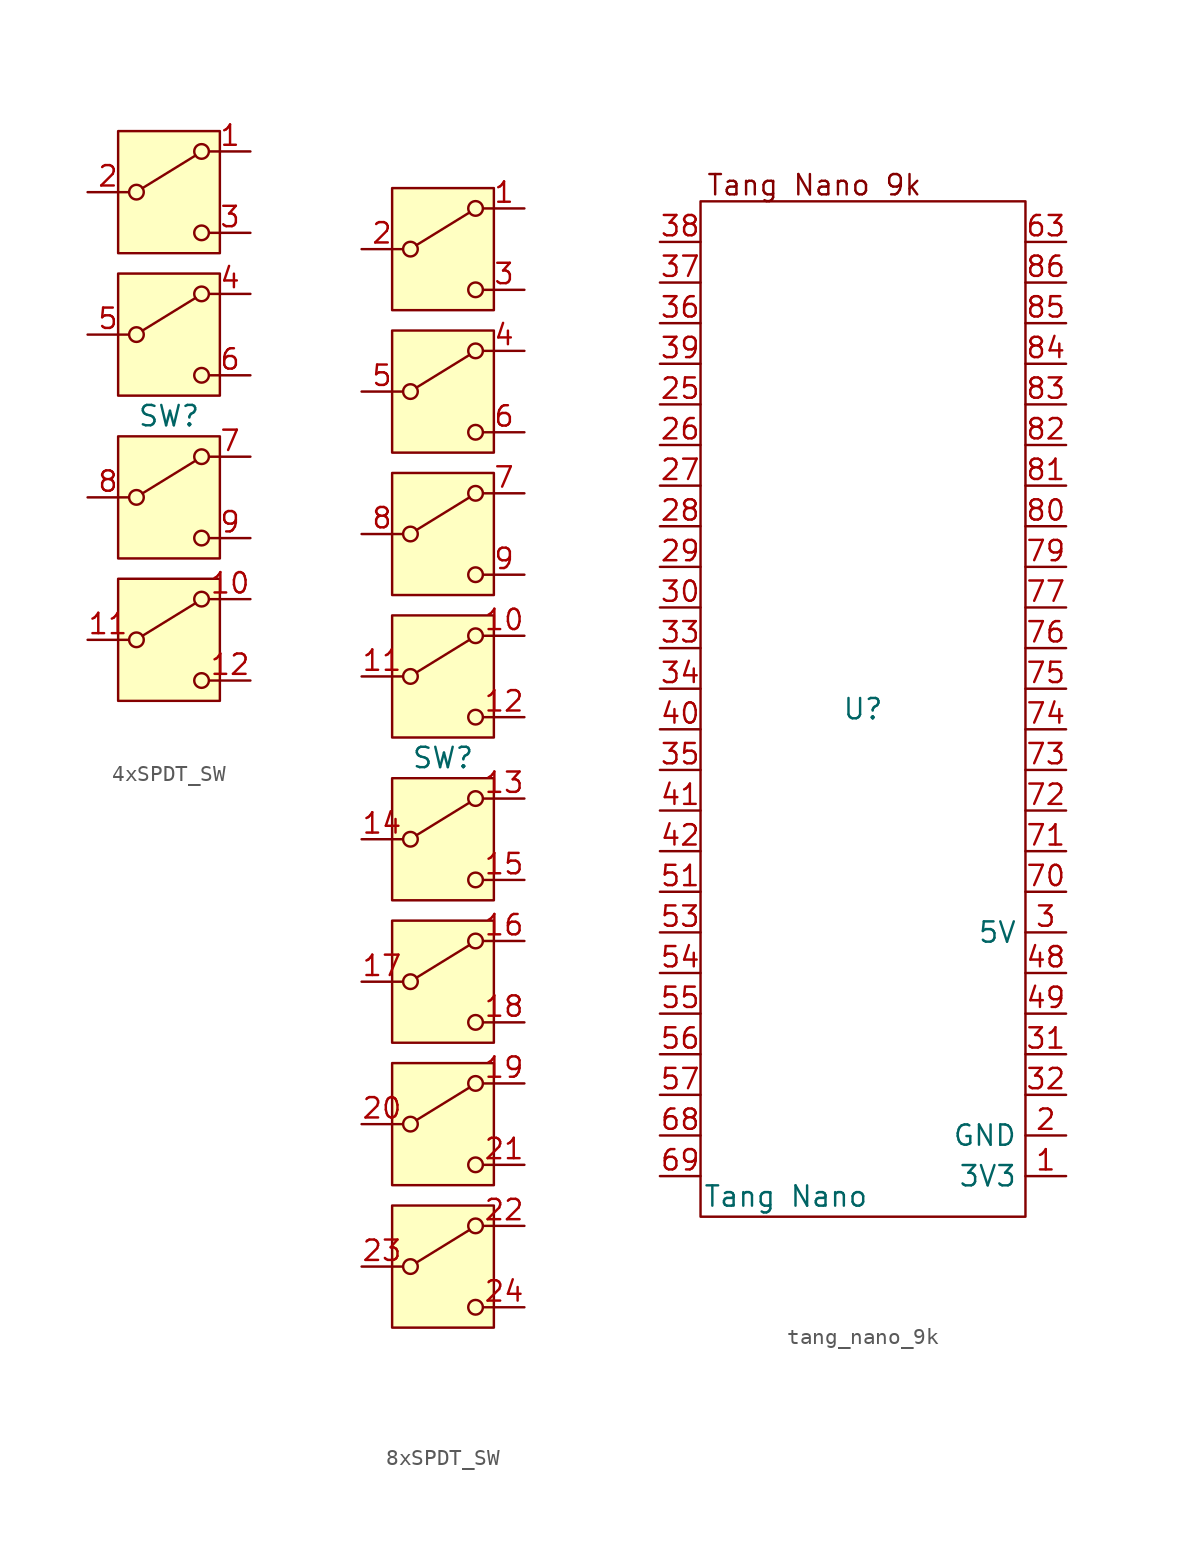
<source format=kicad_sym>
(kicad_symbol_lib
  (version 20231120)
  (generator "kicad_symbol_editor")
  (generator_version "8.0")
  (symbol "4xSPDT_SW"
    (property "Reference" "SW"
      (at 0 0 0)
      (effects (font (size 1.27 1.27))))
    (property "Value" ""
      (at 0 0 0)
      (effects (font (size 1.27 1.27))))
    (symbol "4xSPDT_SW_0_1"
      (circle (center -2.032 -13.97) (radius 0.457) (stroke (width 0) (type default)) (fill (type none)))
      (circle (center -2.032 -5.08) (radius 0.457) (stroke (width 0) (type default)) (fill (type none)))
      (circle (center -2.032 5.08) (radius 0.457) (stroke (width 0) (type default)) (fill (type none)))
      (circle (center -2.032 13.97) (radius 0.457) (stroke (width 0) (type default)) (fill (type none)))
      (polyline (pts (xy -1.651 -13.716) (xy 1.651 -11.684)) (stroke (width 0) (type default)) (fill (type none)))
      (polyline (pts (xy -1.651 -4.826) (xy 1.651 -2.794)) (stroke (width 0) (type default)) (fill (type none)))
      (polyline (pts (xy -1.651 5.334) (xy 1.651 7.366)) (stroke (width 0) (type default)) (fill (type none)))
      (polyline (pts (xy -1.651 14.224) (xy 1.651 16.256)) (stroke (width 0) (type default)) (fill (type none)))
      (circle (center 2.032 -16.51) (radius 0.457) (stroke (width 0) (type default)) (fill (type none)))
      (circle (center 2.032 -11.43) (radius 0.457) (stroke (width 0) (type default)) (fill (type none)))
      (circle (center 2.032 -7.62) (radius 0.457) (stroke (width 0) (type default)) (fill (type none)))
      (circle (center 2.032 -2.54) (radius 0.457) (stroke (width 0) (type default)) (fill (type none)))
      (circle (center 2.032 2.54) (radius 0.457) (stroke (width 0) (type default)) (fill (type none)))
      (circle (center 2.032 7.62) (radius 0.457) (stroke (width 0) (type default)) (fill (type none)))
      (circle (center 2.032 11.43) (radius 0.457) (stroke (width 0) (type default)) (fill (type none)))
      (circle (center 2.032 16.51) (radius 0.457) (stroke (width 0) (type default)) (fill (type none))))
    (symbol "4xSPDT_SW_1_1"
      (rectangle (start -3.175 -10.16) (end 3.175 -17.78) (stroke (width 0) (type default)) (fill (type background)))
      (rectangle (start -3.175 -1.27) (end 3.175 -8.89) (stroke (width 0) (type default)) (fill (type background)))
      (rectangle (start -3.175 8.89) (end 3.175 1.27) (stroke (width 0) (type default)) (fill (type background)))
      (rectangle (start -3.175 17.78) (end 3.175 10.16) (stroke (width 0) (type default)) (fill (type background)))
      (pin passive line (at 5.08 16.51 180) (length 2.54) (name "" (effects (font (size 1.27 1.27)))) (number "1" (effects (font (size 1.27 1.27)))))
      (pin passive line (at 5.08 -11.43 180) (length 2.54) (name "" (effects (font (size 1.27 1.27)))) (number "10" (effects (font (size 1.27 1.27)))))
      (pin passive line (at -5.08 -13.97 0) (length 2.54) (name "" (effects (font (size 1.27 1.27)))) (number "11" (effects (font (size 1.27 1.27)))))
      (pin passive line (at 5.08 -16.51 180) (length 2.54) (name "" (effects (font (size 1.27 1.27)))) (number "12" (effects (font (size 1.27 1.27)))))
      (pin passive line (at -5.08 13.97 0) (length 2.54) (name "" (effects (font (size 1.27 1.27)))) (number "2" (effects (font (size 1.27 1.27)))))
      (pin passive line (at 5.08 11.43 180) (length 2.54) (name "" (effects (font (size 1.27 1.27)))) (number "3" (effects (font (size 1.27 1.27)))))
      (pin passive line (at 5.08 7.62 180) (length 2.54) (name "" (effects (font (size 1.27 1.27)))) (number "4" (effects (font (size 1.27 1.27)))))
      (pin passive line (at -5.08 5.08 0) (length 2.54) (name "" (effects (font (size 1.27 1.27)))) (number "5" (effects (font (size 1.27 1.27)))))
      (pin passive line (at 5.08 2.54 180) (length 2.54) (name "" (effects (font (size 1.27 1.27)))) (number "6" (effects (font (size 1.27 1.27)))))
      (pin passive line (at 5.08 -2.54 180) (length 2.54) (name "" (effects (font (size 1.27 1.27)))) (number "7" (effects (font (size 1.27 1.27)))))
      (pin passive line (at -5.08 -5.08 0) (length 2.54) (name "" (effects (font (size 1.27 1.27)))) (number "8" (effects (font (size 1.27 1.27)))))
      (pin passive line (at 5.08 -7.62 180) (length 2.54) (name "" (effects (font (size 1.27 1.27)))) (number "9" (effects (font (size 1.27 1.27)))))))
  (symbol "8xSPDT_SW"
    (property "Reference" "SW"
      (at 0 0 0)
      (effects (font (size 1.27 1.27))))
    (property "Value" ""
      (at 0 0 0)
      (effects (font (size 1.27 1.27))))
    (symbol "8xSPDT_SW_0_1"
      (circle (center -2.032 -31.75) (radius 0.457) (stroke (width 0) (type default)) (fill (type none)))
      (circle (center -2.032 -22.86) (radius 0.457) (stroke (width 0) (type default)) (fill (type none)))
      (circle (center -2.032 -13.97) (radius 0.457) (stroke (width 0) (type default)) (fill (type none)))
      (circle (center -2.032 -5.08) (radius 0.457) (stroke (width 0) (type default)) (fill (type none)))
      (circle (center -2.032 5.08) (radius 0.457) (stroke (width 0) (type default)) (fill (type none)))
      (circle (center -2.032 13.97) (radius 0.457) (stroke (width 0) (type default)) (fill (type none)))
      (circle (center -2.032 22.86) (radius 0.457) (stroke (width 0) (type default)) (fill (type none)))
      (circle (center -2.032 31.75) (radius 0.457) (stroke (width 0) (type default)) (fill (type none)))
      (polyline (pts (xy -1.651 -31.496) (xy 1.651 -29.464)) (stroke (width 0) (type default)) (fill (type none)))
      (polyline (pts (xy -1.651 -22.606) (xy 1.651 -20.574)) (stroke (width 0) (type default)) (fill (type none)))
      (polyline (pts (xy -1.651 -13.716) (xy 1.651 -11.684)) (stroke (width 0) (type default)) (fill (type none)))
      (polyline (pts (xy -1.651 -4.826) (xy 1.651 -2.794)) (stroke (width 0) (type default)) (fill (type none)))
      (polyline (pts (xy -1.651 5.334) (xy 1.651 7.366)) (stroke (width 0) (type default)) (fill (type none)))
      (polyline (pts (xy -1.651 14.224) (xy 1.651 16.256)) (stroke (width 0) (type default)) (fill (type none)))
      (polyline (pts (xy -1.651 23.114) (xy 1.651 25.146)) (stroke (width 0) (type default)) (fill (type none)))
      (polyline (pts (xy -1.651 32.004) (xy 1.651 34.036)) (stroke (width 0) (type default)) (fill (type none)))
      (circle (center 2.032 -34.29) (radius 0.457) (stroke (width 0) (type default)) (fill (type none)))
      (circle (center 2.032 -29.21) (radius 0.457) (stroke (width 0) (type default)) (fill (type none)))
      (circle (center 2.032 -25.4) (radius 0.457) (stroke (width 0) (type default)) (fill (type none)))
      (circle (center 2.032 -20.32) (radius 0.457) (stroke (width 0) (type default)) (fill (type none)))
      (circle (center 2.032 -16.51) (radius 0.457) (stroke (width 0) (type default)) (fill (type none)))
      (circle (center 2.032 -11.43) (radius 0.457) (stroke (width 0) (type default)) (fill (type none)))
      (circle (center 2.032 -7.62) (radius 0.457) (stroke (width 0) (type default)) (fill (type none)))
      (circle (center 2.032 -2.54) (radius 0.457) (stroke (width 0) (type default)) (fill (type none)))
      (circle (center 2.032 2.54) (radius 0.457) (stroke (width 0) (type default)) (fill (type none)))
      (circle (center 2.032 7.62) (radius 0.457) (stroke (width 0) (type default)) (fill (type none)))
      (circle (center 2.032 11.43) (radius 0.457) (stroke (width 0) (type default)) (fill (type none)))
      (circle (center 2.032 16.51) (radius 0.457) (stroke (width 0) (type default)) (fill (type none)))
      (circle (center 2.032 20.32) (radius 0.457) (stroke (width 0) (type default)) (fill (type none)))
      (circle (center 2.032 25.4) (radius 0.457) (stroke (width 0) (type default)) (fill (type none)))
      (circle (center 2.032 29.21) (radius 0.457) (stroke (width 0) (type default)) (fill (type none)))
      (circle (center 2.032 34.29) (radius 0.457) (stroke (width 0) (type default)) (fill (type none))))
    (symbol "8xSPDT_SW_1_1"
      (rectangle (start -3.175 -27.94) (end 3.175 -35.56) (stroke (width 0) (type default)) (fill (type background)))
      (rectangle (start -3.175 -19.05) (end 3.175 -26.67) (stroke (width 0) (type default)) (fill (type background)))
      (rectangle (start -3.175 -10.16) (end 3.175 -17.78) (stroke (width 0) (type default)) (fill (type background)))
      (rectangle (start -3.175 -1.27) (end 3.175 -8.89) (stroke (width 0) (type default)) (fill (type background)))
      (rectangle (start -3.175 8.89) (end 3.175 1.27) (stroke (width 0) (type default)) (fill (type background)))
      (rectangle (start -3.175 17.78) (end 3.175 10.16) (stroke (width 0) (type default)) (fill (type background)))
      (rectangle (start -3.175 26.67) (end 3.175 19.05) (stroke (width 0) (type default)) (fill (type background)))
      (rectangle (start -3.175 35.56) (end 3.175 27.94) (stroke (width 0) (type default)) (fill (type background)))
      (pin passive line (at 5.08 34.29 180) (length 2.54) (name "" (effects (font (size 1.27 1.27)))) (number "1" (effects (font (size 1.27 1.27)))))
      (pin passive line (at 5.08 7.62 180) (length 2.54) (name "" (effects (font (size 1.27 1.27)))) (number "10" (effects (font (size 1.27 1.27)))))
      (pin passive line (at -5.08 5.08 0) (length 2.54) (name "" (effects (font (size 1.27 1.27)))) (number "11" (effects (font (size 1.27 1.27)))))
      (pin passive line (at 5.08 2.54 180) (length 2.54) (name "" (effects (font (size 1.27 1.27)))) (number "12" (effects (font (size 1.27 1.27)))))
      (pin passive line (at 5.08 -2.54 180) (length 2.54) (name "" (effects (font (size 1.27 1.27)))) (number "13" (effects (font (size 1.27 1.27)))))
      (pin passive line (at -5.08 -5.08 0) (length 2.54) (name "" (effects (font (size 1.27 1.27)))) (number "14" (effects (font (size 1.27 1.27)))))
      (pin passive line (at 5.08 -7.62 180) (length 2.54) (name "" (effects (font (size 1.27 1.27)))) (number "15" (effects (font (size 1.27 1.27)))))
      (pin passive line (at 5.08 -11.43 180) (length 2.54) (name "" (effects (font (size 1.27 1.27)))) (number "16" (effects (font (size 1.27 1.27)))))
      (pin passive line (at -5.08 -13.97 0) (length 2.54) (name "" (effects (font (size 1.27 1.27)))) (number "17" (effects (font (size 1.27 1.27)))))
      (pin passive line (at 5.08 -16.51 180) (length 2.54) (name "" (effects (font (size 1.27 1.27)))) (number "18" (effects (font (size 1.27 1.27)))))
      (pin passive line (at 5.08 -20.32 180) (length 2.54) (name "" (effects (font (size 1.27 1.27)))) (number "19" (effects (font (size 1.27 1.27)))))
      (pin passive line (at -5.08 31.75 0) (length 2.54) (name "" (effects (font (size 1.27 1.27)))) (number "2" (effects (font (size 1.27 1.27)))))
      (pin passive line (at -5.08 -22.86 0) (length 2.54) (name "" (effects (font (size 1.27 1.27)))) (number "20" (effects (font (size 1.27 1.27)))))
      (pin passive line (at 5.08 -25.4 180) (length 2.54) (name "" (effects (font (size 1.27 1.27)))) (number "21" (effects (font (size 1.27 1.27)))))
      (pin passive line (at 5.08 -29.21 180) (length 2.54) (name "" (effects (font (size 1.27 1.27)))) (number "22" (effects (font (size 1.27 1.27)))))
      (pin passive line (at -5.08 -31.75 0) (length 2.54) (name "" (effects (font (size 1.27 1.27)))) (number "23" (effects (font (size 1.27 1.27)))))
      (pin passive line (at 5.08 -34.29 180) (length 2.54) (name "" (effects (font (size 1.27 1.27)))) (number "24" (effects (font (size 1.27 1.27)))))
      (pin passive line (at 5.08 29.21 180) (length 2.54) (name "" (effects (font (size 1.27 1.27)))) (number "3" (effects (font (size 1.27 1.27)))))
      (pin passive line (at 5.08 25.4 180) (length 2.54) (name "" (effects (font (size 1.27 1.27)))) (number "4" (effects (font (size 1.27 1.27)))))
      (pin passive line (at -5.08 22.86 0) (length 2.54) (name "" (effects (font (size 1.27 1.27)))) (number "5" (effects (font (size 1.27 1.27)))))
      (pin passive line (at 5.08 20.32 180) (length 2.54) (name "" (effects (font (size 1.27 1.27)))) (number "6" (effects (font (size 1.27 1.27)))))
      (pin passive line (at 5.08 16.51 180) (length 2.54) (name "" (effects (font (size 1.27 1.27)))) (number "7" (effects (font (size 1.27 1.27)))))
      (pin passive line (at -5.08 13.97 0) (length 2.54) (name "" (effects (font (size 1.27 1.27)))) (number "8" (effects (font (size 1.27 1.27)))))
      (pin passive line (at 5.08 11.43 180) (length 2.54) (name "" (effects (font (size 1.27 1.27)))) (number "9" (effects (font (size 1.27 1.27)))))))
  (symbol "tang_nano_9k"
    (property "Reference" "U"
      (at 0 0 0)
      (effects (font (size 1.27 1.27))))
    (property "Value" "Tang Nano"
      (at -4.826 -30.48 0)
      (effects (font (size 1.27 1.27))))
    (symbol "tang_nano_9k_1_1"
      (rectangle (start -10.16 31.75) (end 10.16 -31.75) (stroke (width 0) (type default)) (fill (type none)))
      (text "Tang Nano 9k" (at -3.048 32.766 0) (effects (font (size 1.27 1.27))))
      (pin power_out line (at 12.7 -29.21 180) (length 2.54) (name "3V3" (effects (font (size 1.27 1.27)))) (number "1" (effects (font (size 1.27 1.27)))))
      (pin power_out line (at 12.7 -26.67 180) (length 2.54) (name "GND" (effects (font (size 1.27 1.27)))) (number "2" (effects (font (size 1.27 1.27)))))
      (pin bidirectional line (at -12.7 19.05 0) (length 2.54) (name "" (effects (font (size 1.27 1.27)))) (number "25" (effects (font (size 1.27 1.27)))))
      (pin bidirectional line (at -12.7 16.51 0) (length 2.54) (name "" (effects (font (size 1.27 1.27)))) (number "26" (effects (font (size 1.27 1.27)))))
      (pin bidirectional line (at -12.7 13.97 0) (length 2.54) (name "" (effects (font (size 1.27 1.27)))) (number "27" (effects (font (size 1.27 1.27)))))
      (pin bidirectional line (at -12.7 11.43 0) (length 2.54) (name "" (effects (font (size 1.27 1.27)))) (number "28" (effects (font (size 1.27 1.27)))))
      (pin bidirectional line (at -12.7 8.89 0) (length 2.54) (name "" (effects (font (size 1.27 1.27)))) (number "29" (effects (font (size 1.27 1.27)))))
      (pin power_out line (at 12.7 -13.97 180) (length 2.54) (name "5V" (effects (font (size 1.27 1.27)))) (number "3" (effects (font (size 1.27 1.27)))))
      (pin bidirectional line (at -12.7 6.35 0) (length 2.54) (name "" (effects (font (size 1.27 1.27)))) (number "30" (effects (font (size 1.27 1.27)))))
      (pin bidirectional line (at 12.7 -21.59 180) (length 2.54) (name "" (effects (font (size 1.27 1.27)))) (number "31" (effects (font (size 1.27 1.27)))))
      (pin bidirectional line (at 12.7 -24.13 180) (length 2.54) (name "" (effects (font (size 1.27 1.27)))) (number "32" (effects (font (size 1.27 1.27)))))
      (pin bidirectional line (at -12.7 3.81 0) (length 2.54) (name "" (effects (font (size 1.27 1.27)))) (number "33" (effects (font (size 1.27 1.27)))))
      (pin bidirectional line (at -12.7 1.27 0) (length 2.54) (name "" (effects (font (size 1.27 1.27)))) (number "34" (effects (font (size 1.27 1.27)))))
      (pin bidirectional line (at -12.7 -3.81 0) (length 2.54) (name "" (effects (font (size 1.27 1.27)))) (number "35" (effects (font (size 1.27 1.27)))))
      (pin bidirectional line (at -12.7 24.13 0) (length 2.54) (name "" (effects (font (size 1.27 1.27)))) (number "36" (effects (font (size 1.27 1.27)))))
      (pin bidirectional line (at -12.7 26.67 0) (length 2.54) (name "" (effects (font (size 1.27 1.27)))) (number "37" (effects (font (size 1.27 1.27)))))
      (pin bidirectional line (at -12.7 29.21 0) (length 2.54) (name "" (effects (font (size 1.27 1.27)))) (number "38" (effects (font (size 1.27 1.27)))))
      (pin bidirectional line (at -12.7 21.59 0) (length 2.54) (name "" (effects (font (size 1.27 1.27)))) (number "39" (effects (font (size 1.27 1.27)))))
      (pin bidirectional line (at -12.7 -1.27 0) (length 2.54) (name "" (effects (font (size 1.27 1.27)))) (number "40" (effects (font (size 1.27 1.27)))))
      (pin bidirectional line (at -12.7 -6.35 0) (length 2.54) (name "" (effects (font (size 1.27 1.27)))) (number "41" (effects (font (size 1.27 1.27)))))
      (pin bidirectional line (at -12.7 -8.89 0) (length 2.54) (name "" (effects (font (size 1.27 1.27)))) (number "42" (effects (font (size 1.27 1.27)))))
      (pin bidirectional line (at 12.7 -16.51 180) (length 2.54) (name "" (effects (font (size 1.27 1.27)))) (number "48" (effects (font (size 1.27 1.27)))))
      (pin bidirectional line (at 12.7 -19.05 180) (length 2.54) (name "" (effects (font (size 1.27 1.27)))) (number "49" (effects (font (size 1.27 1.27)))))
      (pin bidirectional line (at -12.7 -11.43 0) (length 2.54) (name "" (effects (font (size 1.27 1.27)))) (number "51" (effects (font (size 1.27 1.27)))))
      (pin bidirectional line (at -12.7 -13.97 0) (length 2.54) (name "" (effects (font (size 1.27 1.27)))) (number "53" (effects (font (size 1.27 1.27)))))
      (pin bidirectional line (at -12.7 -16.51 0) (length 2.54) (name "" (effects (font (size 1.27 1.27)))) (number "54" (effects (font (size 1.27 1.27)))))
      (pin bidirectional line (at -12.7 -19.05 0) (length 2.54) (name "" (effects (font (size 1.27 1.27)))) (number "55" (effects (font (size 1.27 1.27)))))
      (pin bidirectional line (at -12.7 -21.59 0) (length 2.54) (name "" (effects (font (size 1.27 1.27)))) (number "56" (effects (font (size 1.27 1.27)))))
      (pin bidirectional line (at -12.7 -24.13 0) (length 2.54) (name "" (effects (font (size 1.27 1.27)))) (number "57" (effects (font (size 1.27 1.27)))))
      (pin bidirectional line (at 12.7 29.21 180) (length 2.54) (name "" (effects (font (size 1.27 1.27)))) (number "63" (effects (font (size 1.27 1.27)))))
      (pin bidirectional line (at -12.7 -26.67 0) (length 2.54) (name "" (effects (font (size 1.27 1.27)))) (number "68" (effects (font (size 1.27 1.27)))))
      (pin bidirectional line (at -12.7 -29.21 0) (length 2.54) (name "" (effects (font (size 1.27 1.27)))) (number "69" (effects (font (size 1.27 1.27)))))
      (pin bidirectional line (at 12.7 -11.43 180) (length 2.54) (name "" (effects (font (size 1.27 1.27)))) (number "70" (effects (font (size 1.27 1.27)))))
      (pin bidirectional line (at 12.7 -8.89 180) (length 2.54) (name "" (effects (font (size 1.27 1.27)))) (number "71" (effects (font (size 1.27 1.27)))))
      (pin bidirectional line (at 12.7 -6.35 180) (length 2.54) (name "" (effects (font (size 1.27 1.27)))) (number "72" (effects (font (size 1.27 1.27)))))
      (pin bidirectional line (at 12.7 -3.81 180) (length 2.54) (name "" (effects (font (size 1.27 1.27)))) (number "73" (effects (font (size 1.27 1.27)))))
      (pin bidirectional line (at 12.7 -1.27 180) (length 2.54) (name "" (effects (font (size 1.27 1.27)))) (number "74" (effects (font (size 1.27 1.27)))))
      (pin bidirectional line (at 12.7 1.27 180) (length 2.54) (name "" (effects (font (size 1.27 1.27)))) (number "75" (effects (font (size 1.27 1.27)))))
      (pin bidirectional line (at 12.7 3.81 180) (length 2.54) (name "" (effects (font (size 1.27 1.27)))) (number "76" (effects (font (size 1.27 1.27)))))
      (pin bidirectional line (at 12.7 6.35 180) (length 2.54) (name "" (effects (font (size 1.27 1.27)))) (number "77" (effects (font (size 1.27 1.27)))))
      (pin bidirectional line (at 12.7 8.89 180) (length 2.54) (name "" (effects (font (size 1.27 1.27)))) (number "79" (effects (font (size 1.27 1.27)))))
      (pin bidirectional line (at 12.7 11.43 180) (length 2.54) (name "" (effects (font (size 1.27 1.27)))) (number "80" (effects (font (size 1.27 1.27)))))
      (pin bidirectional line (at 12.7 13.97 180) (length 2.54) (name "" (effects (font (size 1.27 1.27)))) (number "81" (effects (font (size 1.27 1.27)))))
      (pin bidirectional line (at 12.7 16.51 180) (length 2.54) (name "" (effects (font (size 1.27 1.27)))) (number "82" (effects (font (size 1.27 1.27)))))
      (pin bidirectional line (at 12.7 19.05 180) (length 2.54) (name "" (effects (font (size 1.27 1.27)))) (number "83" (effects (font (size 1.27 1.27)))))
      (pin bidirectional line (at 12.7 21.59 180) (length 2.54) (name "" (effects (font (size 1.27 1.27)))) (number "84" (effects (font (size 1.27 1.27)))))
      (pin bidirectional line (at 12.7 24.13 180) (length 2.54) (name "" (effects (font (size 1.27 1.27)))) (number "85" (effects (font (size 1.27 1.27)))))
      (pin bidirectional line (at 12.7 26.67 180) (length 2.54) (name "" (effects (font (size 1.27 1.27)))) (number "86" (effects (font (size 1.27 1.27))))))))
</source>
